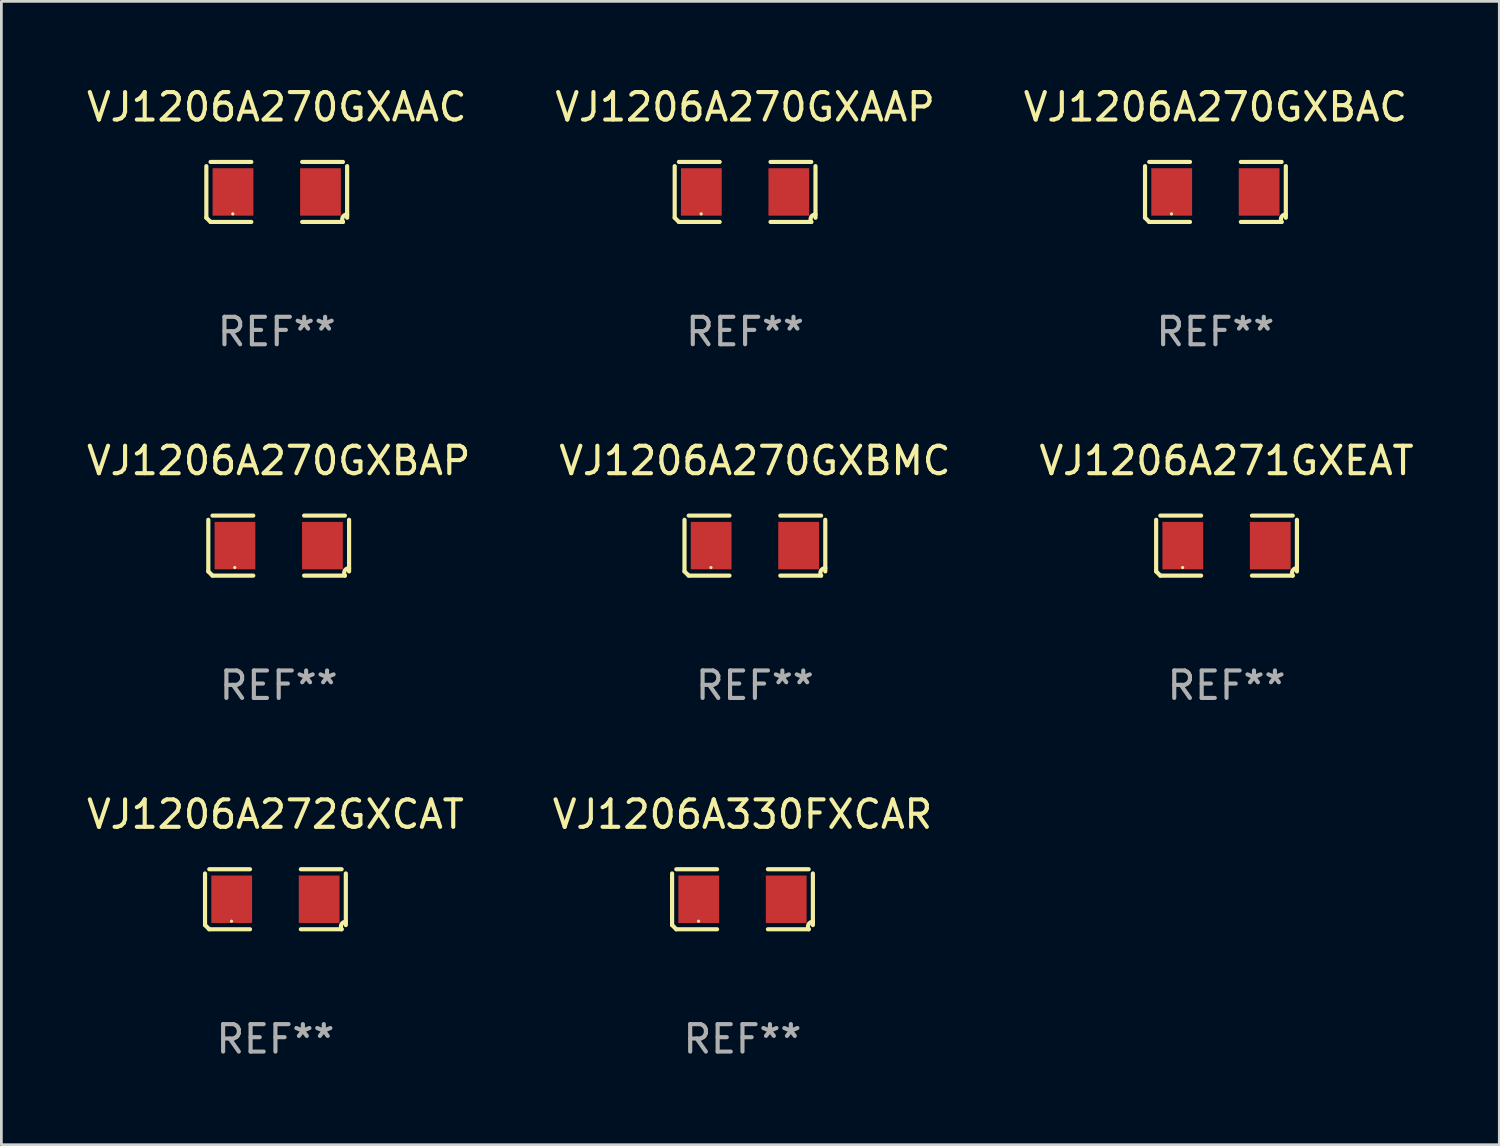
<source format=kicad_pcb>
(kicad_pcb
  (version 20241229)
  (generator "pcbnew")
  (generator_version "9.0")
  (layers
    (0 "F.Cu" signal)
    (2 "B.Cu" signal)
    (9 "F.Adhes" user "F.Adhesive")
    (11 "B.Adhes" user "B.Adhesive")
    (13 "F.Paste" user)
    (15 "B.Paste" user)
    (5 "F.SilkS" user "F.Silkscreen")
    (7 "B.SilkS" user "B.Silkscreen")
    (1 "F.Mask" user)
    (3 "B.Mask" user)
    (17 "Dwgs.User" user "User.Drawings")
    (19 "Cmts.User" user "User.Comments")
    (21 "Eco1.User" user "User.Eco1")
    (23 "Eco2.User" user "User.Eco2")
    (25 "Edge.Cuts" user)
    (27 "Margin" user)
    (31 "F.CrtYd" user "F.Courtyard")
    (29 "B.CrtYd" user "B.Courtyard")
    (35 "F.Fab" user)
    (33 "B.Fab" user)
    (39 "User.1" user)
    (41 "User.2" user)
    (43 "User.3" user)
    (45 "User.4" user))
  (footprint "VJ1206A330FXCAR"
    (layer "F.Cu")
    (at 23.994 29.704)
    (property "Reference" "VJ1206A330FXCAR" (at 0 -3.093 0) (layer "F.SilkS") (effects (font (size 1 1) (thickness 0.15))))
    (attr through_hole)
    (fp_line (start -2.564 0.94) (end -2.564 -0.94) (stroke (width 0.152) (type solid)) (layer "F.SilkS"))
    (fp_line (start -2.411 -1.093) (end -0.926 -1.093) (stroke (width 0.152) (type solid)) (layer "F.SilkS"))
    (fp_line (start -0.926 1.093) (end -2.411 1.093) (stroke (width 0.152) (type solid)) (layer "F.SilkS"))
    (fp_line (start 0.926 1.093) (end 2.411 1.093) (stroke (width 0.152) (type solid)) (layer "F.SilkS"))
    (fp_line (start 2.411 -1.093) (end 0.926 -1.093) (stroke (width 0.152) (type solid)) (layer "F.SilkS"))
    (fp_line (start 2.564 0.94) (end 2.564 -0.94) (stroke (width 0.152) (type solid)) (layer "F.SilkS"))
    (fp_arc (start -2.411201 1.092609) (mid -2.487413 1.01642) (end -2.563602 0.940208) (stroke (width 0.1524) (type solid)) (layer "F.SilkS"))
    (fp_arc (start 2.411201 1.092609) (mid 2.407159 0.911226) (end 2.563602 0.819347) (stroke (width 0.1524) (type solid)) (layer "F.SilkS"))
    (fp_circle (center -1.6 0.8) (end -1.57 0.8) (stroke (width 0.06) (type solid)) (fill no) (layer "F.SilkS"))
    (fp_text user "REF**" (at 0 5.093 0) (layer "F.Fab") (effects (font (size 1 1) (thickness 0.15))))
    (pad "1" smd rect (at -1.593 0) (size 1.485 1.728) (layers "F.Cu" "F.Mask" "F.Paste"))
    (pad "2" smd rect (at 1.593 0) (size 1.485 1.728) (layers "F.Cu" "F.Mask" "F.Paste")))
  (footprint "VJ1206A271GXEAT"
    (layer "F.Cu")
    (at 41.625 16.823)
    (property "Reference" "VJ1206A271GXEAT" (at 0 -3.093 0) (layer "F.SilkS") (effects (font (size 1 1) (thickness 0.15))))
    (attr through_hole)
    (fp_line (start -2.564 0.94) (end -2.564 -0.94) (stroke (width 0.152) (type solid)) (layer "F.SilkS"))
    (fp_line (start -2.411 -1.093) (end -0.926 -1.093) (stroke (width 0.152) (type solid)) (layer "F.SilkS"))
    (fp_line (start -0.926 1.093) (end -2.411 1.093) (stroke (width 0.152) (type solid)) (layer "F.SilkS"))
    (fp_line (start 0.926 1.093) (end 2.411 1.093) (stroke (width 0.152) (type solid)) (layer "F.SilkS"))
    (fp_line (start 2.411 -1.093) (end 0.926 -1.093) (stroke (width 0.152) (type solid)) (layer "F.SilkS"))
    (fp_line (start 2.564 0.94) (end 2.564 -0.94) (stroke (width 0.152) (type solid)) (layer "F.SilkS"))
    (fp_arc (start -2.411201 1.092609) (mid -2.487413 1.01642) (end -2.563602 0.940208) (stroke (width 0.1524) (type solid)) (layer "F.SilkS"))
    (fp_arc (start 2.411201 1.092609) (mid 2.407159 0.911226) (end 2.563602 0.819347) (stroke (width 0.1524) (type solid)) (layer "F.SilkS"))
    (fp_circle (center -1.6 0.8) (end -1.57 0.8) (stroke (width 0.06) (type solid)) (fill no) (layer "F.SilkS"))
    (fp_text user "REF**" (at 0 5.093 0) (layer "F.Fab") (effects (font (size 1 1) (thickness 0.15))))
    (pad "1" smd rect (at -1.593 0) (size 1.485 1.728) (layers "F.Cu" "F.Mask" "F.Paste"))
    (pad "2" smd rect (at 1.593 0) (size 1.485 1.728) (layers "F.Cu" "F.Mask" "F.Paste")))
  (footprint "VJ1206A270GXAAC"
    (layer "F.Cu")
    (at 7.03 3.941)
    (property "Reference" "VJ1206A270GXAAC" (at 0 -3.093 0) (layer "F.SilkS") (effects (font (size 1 1) (thickness 0.15))))
    (attr through_hole)
    (fp_line (start -2.564 0.94) (end -2.564 -0.94) (stroke (width 0.152) (type solid)) (layer "F.SilkS"))
    (fp_line (start -2.411 -1.093) (end -0.926 -1.093) (stroke (width 0.152) (type solid)) (layer "F.SilkS"))
    (fp_line (start -0.926 1.093) (end -2.411 1.093) (stroke (width 0.152) (type solid)) (layer "F.SilkS"))
    (fp_line (start 0.926 1.093) (end 2.411 1.093) (stroke (width 0.152) (type solid)) (layer "F.SilkS"))
    (fp_line (start 2.411 -1.093) (end 0.926 -1.093) (stroke (width 0.152) (type solid)) (layer "F.SilkS"))
    (fp_line (start 2.564 0.94) (end 2.564 -0.94) (stroke (width 0.152) (type solid)) (layer "F.SilkS"))
    (fp_arc (start -2.411201 1.092609) (mid -2.487413 1.01642) (end -2.563602 0.940208) (stroke (width 0.1524) (type solid)) (layer "F.SilkS"))
    (fp_arc (start 2.411201 1.092609) (mid 2.407159 0.911226) (end 2.563602 0.819347) (stroke (width 0.1524) (type solid)) (layer "F.SilkS"))
    (fp_circle (center -1.6 0.8) (end -1.57 0.8) (stroke (width 0.06) (type solid)) (fill no) (layer "F.SilkS"))
    (fp_text user "REF**" (at 0 5.093 0) (layer "F.Fab") (effects (font (size 1 1) (thickness 0.15))))
    (pad "1" smd rect (at -1.593 0) (size 1.485 1.728) (layers "F.Cu" "F.Mask" "F.Paste"))
    (pad "2" smd rect (at 1.593 0) (size 1.485 1.728) (layers "F.Cu" "F.Mask" "F.Paste")))
  (footprint "VJ1206A272GXCAT"
    (layer "F.Cu")
    (at 6.982 29.704)
    (property "Reference" "VJ1206A272GXCAT" (at 0 -3.093 0) (layer "F.SilkS") (effects (font (size 1 1) (thickness 0.15))))
    (attr through_hole)
    (fp_line (start -2.564 0.94) (end -2.564 -0.94) (stroke (width 0.152) (type solid)) (layer "F.SilkS"))
    (fp_line (start -2.411 -1.093) (end -0.926 -1.093) (stroke (width 0.152) (type solid)) (layer "F.SilkS"))
    (fp_line (start -0.926 1.093) (end -2.411 1.093) (stroke (width 0.152) (type solid)) (layer "F.SilkS"))
    (fp_line (start 0.926 1.093) (end 2.411 1.093) (stroke (width 0.152) (type solid)) (layer "F.SilkS"))
    (fp_line (start 2.411 -1.093) (end 0.926 -1.093) (stroke (width 0.152) (type solid)) (layer "F.SilkS"))
    (fp_line (start 2.564 0.94) (end 2.564 -0.94) (stroke (width 0.152) (type solid)) (layer "F.SilkS"))
    (fp_arc (start -2.411201 1.092609) (mid -2.487413 1.01642) (end -2.563602 0.940208) (stroke (width 0.1524) (type solid)) (layer "F.SilkS"))
    (fp_arc (start 2.411201 1.092609) (mid 2.407159 0.911226) (end 2.563602 0.819347) (stroke (width 0.1524) (type solid)) (layer "F.SilkS"))
    (fp_circle (center -1.6 0.8) (end -1.57 0.8) (stroke (width 0.06) (type solid)) (fill no) (layer "F.SilkS"))
    (fp_text user "REF**" (at 0 5.093 0) (layer "F.Fab") (effects (font (size 1 1) (thickness 0.15))))
    (pad "1" smd rect (at -1.593 0) (size 1.485 1.728) (layers "F.Cu" "F.Mask" "F.Paste"))
    (pad "2" smd rect (at 1.593 0) (size 1.485 1.728) (layers "F.Cu" "F.Mask" "F.Paste")))
  (footprint "VJ1206A270GXBAP"
    (layer "F.Cu")
    (at 7.101 16.823)
    (property "Reference" "VJ1206A270GXBAP" (at 0 -3.093 0) (layer "F.SilkS") (effects (font (size 1 1) (thickness 0.15))))
    (attr through_hole)
    (fp_line (start -2.564 0.94) (end -2.564 -0.94) (stroke (width 0.152) (type solid)) (layer "F.SilkS"))
    (fp_line (start -2.411 -1.093) (end -0.926 -1.093) (stroke (width 0.152) (type solid)) (layer "F.SilkS"))
    (fp_line (start -0.926 1.093) (end -2.411 1.093) (stroke (width 0.152) (type solid)) (layer "F.SilkS"))
    (fp_line (start 0.926 1.093) (end 2.411 1.093) (stroke (width 0.152) (type solid)) (layer "F.SilkS"))
    (fp_line (start 2.411 -1.093) (end 0.926 -1.093) (stroke (width 0.152) (type solid)) (layer "F.SilkS"))
    (fp_line (start 2.564 0.94) (end 2.564 -0.94) (stroke (width 0.152) (type solid)) (layer "F.SilkS"))
    (fp_arc (start -2.411201 1.092609) (mid -2.487413 1.01642) (end -2.563602 0.940208) (stroke (width 0.1524) (type solid)) (layer "F.SilkS"))
    (fp_arc (start 2.411201 1.092609) (mid 2.407159 0.911226) (end 2.563602 0.819347) (stroke (width 0.1524) (type solid)) (layer "F.SilkS"))
    (fp_circle (center -1.6 0.8) (end -1.57 0.8) (stroke (width 0.06) (type solid)) (fill no) (layer "F.SilkS"))
    (fp_text user "REF**" (at 0 5.093 0) (layer "F.Fab") (effects (font (size 1 1) (thickness 0.15))))
    (pad "1" smd rect (at -1.593 0) (size 1.485 1.728) (layers "F.Cu" "F.Mask" "F.Paste"))
    (pad "2" smd rect (at 1.593 0) (size 1.485 1.728) (layers "F.Cu" "F.Mask" "F.Paste")))
  (footprint "VJ1206A270GXBAC"
    (layer "F.Cu")
    (at 41.22 3.941)
    (property "Reference" "VJ1206A270GXBAC" (at 0 -3.093 0) (layer "F.SilkS") (effects (font (size 1 1) (thickness 0.15))))
    (attr through_hole)
    (fp_line (start -2.564 0.94) (end -2.564 -0.94) (stroke (width 0.152) (type solid)) (layer "F.SilkS"))
    (fp_line (start -2.411 -1.093) (end -0.926 -1.093) (stroke (width 0.152) (type solid)) (layer "F.SilkS"))
    (fp_line (start -0.926 1.093) (end -2.411 1.093) (stroke (width 0.152) (type solid)) (layer "F.SilkS"))
    (fp_line (start 0.926 1.093) (end 2.411 1.093) (stroke (width 0.152) (type solid)) (layer "F.SilkS"))
    (fp_line (start 2.411 -1.093) (end 0.926 -1.093) (stroke (width 0.152) (type solid)) (layer "F.SilkS"))
    (fp_line (start 2.564 0.94) (end 2.564 -0.94) (stroke (width 0.152) (type solid)) (layer "F.SilkS"))
    (fp_arc (start -2.411201 1.092609) (mid -2.487413 1.01642) (end -2.563602 0.940208) (stroke (width 0.1524) (type solid)) (layer "F.SilkS"))
    (fp_arc (start 2.411201 1.092609) (mid 2.407159 0.911226) (end 2.563602 0.819347) (stroke (width 0.1524) (type solid)) (layer "F.SilkS"))
    (fp_circle (center -1.6 0.8) (end -1.57 0.8) (stroke (width 0.06) (type solid)) (fill no) (layer "F.SilkS"))
    (fp_text user "REF**" (at 0 5.093 0) (layer "F.Fab") (effects (font (size 1 1) (thickness 0.15))))
    (pad "1" smd rect (at -1.593 0) (size 1.485 1.728) (layers "F.Cu" "F.Mask" "F.Paste"))
    (pad "2" smd rect (at 1.593 0) (size 1.485 1.728) (layers "F.Cu" "F.Mask" "F.Paste")))
  (footprint "VJ1206A270GXAAP"
    (layer "F.Cu")
    (at 24.089 3.941)
    (property "Reference" "VJ1206A270GXAAP" (at 0 -3.093 0) (layer "F.SilkS") (effects (font (size 1 1) (thickness 0.15))))
    (attr through_hole)
    (fp_line (start -2.564 0.94) (end -2.564 -0.94) (stroke (width 0.152) (type solid)) (layer "F.SilkS"))
    (fp_line (start -2.411 -1.093) (end -0.926 -1.093) (stroke (width 0.152) (type solid)) (layer "F.SilkS"))
    (fp_line (start -0.926 1.093) (end -2.411 1.093) (stroke (width 0.152) (type solid)) (layer "F.SilkS"))
    (fp_line (start 0.926 1.093) (end 2.411 1.093) (stroke (width 0.152) (type solid)) (layer "F.SilkS"))
    (fp_line (start 2.411 -1.093) (end 0.926 -1.093) (stroke (width 0.152) (type solid)) (layer "F.SilkS"))
    (fp_line (start 2.564 0.94) (end 2.564 -0.94) (stroke (width 0.152) (type solid)) (layer "F.SilkS"))
    (fp_arc (start -2.411201 1.092609) (mid -2.487413 1.01642) (end -2.563602 0.940208) (stroke (width 0.1524) (type solid)) (layer "F.SilkS"))
    (fp_arc (start 2.411201 1.092609) (mid 2.407159 0.911226) (end 2.563602 0.819347) (stroke (width 0.1524) (type solid)) (layer "F.SilkS"))
    (fp_circle (center -1.6 0.8) (end -1.57 0.8) (stroke (width 0.06) (type solid)) (fill no) (layer "F.SilkS"))
    (fp_text user "REF**" (at 0 5.093 0) (layer "F.Fab") (effects (font (size 1 1) (thickness 0.15))))
    (pad "1" smd rect (at -1.593 0) (size 1.485 1.728) (layers "F.Cu" "F.Mask" "F.Paste"))
    (pad "2" smd rect (at 1.593 0) (size 1.485 1.728) (layers "F.Cu" "F.Mask" "F.Paste")))
  (footprint "VJ1206A270GXBMC"
    (layer "F.Cu")
    (at 24.446 16.823)
    (property "Reference" "VJ1206A270GXBMC" (at 0 -3.093 0) (layer "F.SilkS") (effects (font (size 1 1) (thickness 0.15))))
    (attr through_hole)
    (fp_line (start -2.564 0.94) (end -2.564 -0.94) (stroke (width 0.152) (type solid)) (layer "F.SilkS"))
    (fp_line (start -2.411 -1.093) (end -0.926 -1.093) (stroke (width 0.152) (type solid)) (layer "F.SilkS"))
    (fp_line (start -0.926 1.093) (end -2.411 1.093) (stroke (width 0.152) (type solid)) (layer "F.SilkS"))
    (fp_line (start 0.926 1.093) (end 2.411 1.093) (stroke (width 0.152) (type solid)) (layer "F.SilkS"))
    (fp_line (start 2.411 -1.093) (end 0.926 -1.093) (stroke (width 0.152) (type solid)) (layer "F.SilkS"))
    (fp_line (start 2.564 0.94) (end 2.564 -0.94) (stroke (width 0.152) (type solid)) (layer "F.SilkS"))
    (fp_arc (start -2.411201 1.092609) (mid -2.487413 1.01642) (end -2.563602 0.940208) (stroke (width 0.1524) (type solid)) (layer "F.SilkS"))
    (fp_arc (start 2.411201 1.092609) (mid 2.407159 0.911226) (end 2.563602 0.819347) (stroke (width 0.1524) (type solid)) (layer "F.SilkS"))
    (fp_circle (center -1.6 0.8) (end -1.57 0.8) (stroke (width 0.06) (type solid)) (fill no) (layer "F.SilkS"))
    (fp_text user "REF**" (at 0 5.093 0) (layer "F.Fab") (effects (font (size 1 1) (thickness 0.15))))
    (pad "1" smd rect (at -1.593 0) (size 1.485 1.728) (layers "F.Cu" "F.Mask" "F.Paste"))
    (pad "2" smd rect (at 1.593 0) (size 1.485 1.728) (layers "F.Cu" "F.Mask" "F.Paste")))
  (gr_rect
    (start -3 -3)
    (end 51.56 38.645)
    (stroke (width 0.1) (type default))
    (fill no)
    (layer "Edge.Cuts")))
</source>
